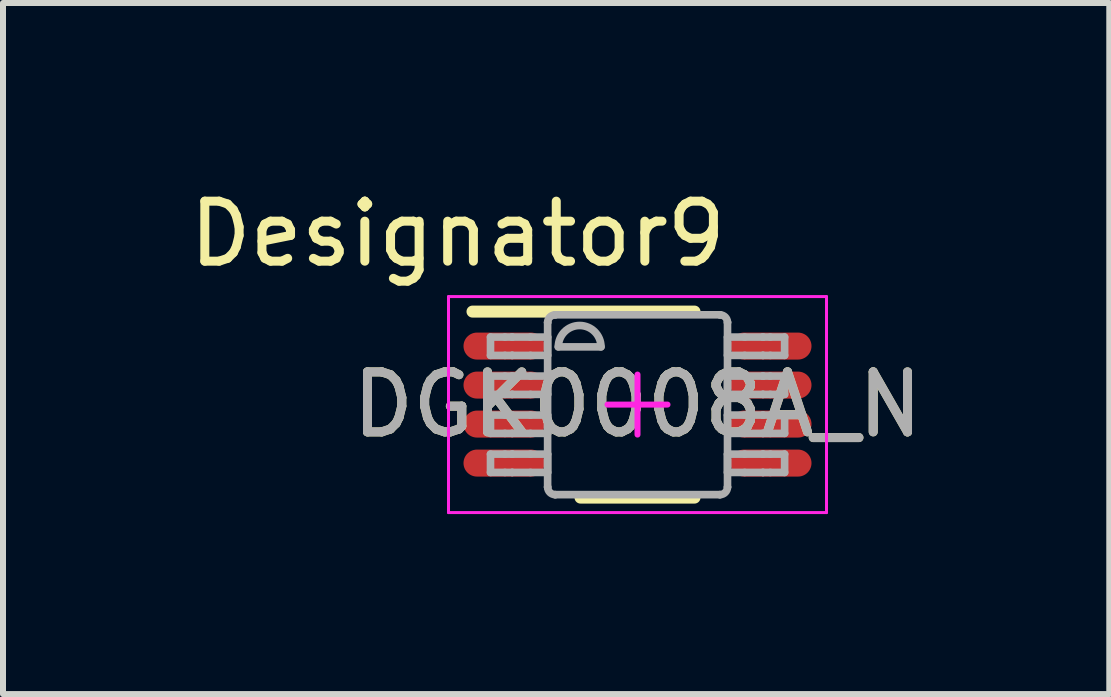
<source format=kicad_pcb>
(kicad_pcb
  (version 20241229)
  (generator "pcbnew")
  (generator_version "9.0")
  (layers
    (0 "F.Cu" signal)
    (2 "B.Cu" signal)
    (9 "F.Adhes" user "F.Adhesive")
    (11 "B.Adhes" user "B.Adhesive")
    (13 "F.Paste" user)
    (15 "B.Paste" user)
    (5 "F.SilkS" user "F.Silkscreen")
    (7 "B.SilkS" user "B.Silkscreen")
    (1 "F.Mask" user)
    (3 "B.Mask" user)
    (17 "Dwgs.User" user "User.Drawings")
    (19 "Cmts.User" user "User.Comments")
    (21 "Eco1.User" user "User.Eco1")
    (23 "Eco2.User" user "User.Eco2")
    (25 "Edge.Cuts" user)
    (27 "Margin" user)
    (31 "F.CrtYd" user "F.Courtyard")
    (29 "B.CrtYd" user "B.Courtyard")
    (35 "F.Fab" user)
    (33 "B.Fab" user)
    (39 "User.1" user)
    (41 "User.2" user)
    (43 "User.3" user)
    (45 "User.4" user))
  (footprint "DGK0008A_N"
    (layer "F.Cu")
    (at 7.575 3.693)
    (property "Reference" "DGK0008A_N" (at 0 0 0) (unlocked yes) (layer "F.SilkS") (effects (font (size 1 1) (thickness 0.15))))
    (attr smd)
    (fp_line (start -2.75 -1.55) (end 0.95 -1.55) (stroke (width 0.2) (type solid)) (layer "F.SilkS"))
    (fp_line (start -0.95 1.55) (end 0.95 1.55) (stroke (width 0.2) (type solid)) (layer "F.SilkS"))
    (fp_line (start -3.15 -1.8) (end 3.15 -1.8) (stroke (width 0.05) (type solid)) (layer "F.CrtYd"))
    (fp_line (start -3.15 1.8) (end -3.15 -1.8) (stroke (width 0.05) (type solid)) (layer "F.CrtYd"))
    (fp_line (start -3.15 1.8) (end 3.15 1.8) (stroke (width 0.05) (type solid)) (layer "F.CrtYd"))
    (fp_line (start -0.5 0) (end 0.5 0) (stroke (width 0.1) (type solid)) (layer "F.CrtYd"))
    (fp_line (start 0 0.5) (end 0 -0.5) (stroke (width 0.1) (type solid)) (layer "F.CrtYd"))
    (fp_line (start 3.15 1.8) (end 3.15 -1.8) (stroke (width 0.05) (type solid)) (layer "F.CrtYd"))
    (fp_line (start -2.45 -1.125) (end -2.21 -1.125) (stroke (width 0.127) (type solid)) (layer "F.Fab"))
    (fp_line (start -2.45 -0.82) (end -2.45 -1.125) (stroke (width 0.127) (type solid)) (layer "F.Fab"))
    (fp_line (start -2.45 -0.82) (end -2.21 -0.82) (stroke (width 0.127) (type solid)) (layer "F.Fab"))
    (fp_line (start -2.45 -0.475) (end -2.21 -0.475) (stroke (width 0.127) (type solid)) (layer "F.Fab"))
    (fp_line (start -2.45 -0.17) (end -2.45 -0.475) (stroke (width 0.127) (type solid)) (layer "F.Fab"))
    (fp_line (start -2.45 -0.17) (end -2.21 -0.17) (stroke (width 0.127) (type solid)) (layer "F.Fab"))
    (fp_line (start -2.45 0.175) (end -2.21 0.175) (stroke (width 0.127) (type solid)) (layer "F.Fab"))
    (fp_line (start -2.45 0.48) (end -2.45 0.175) (stroke (width 0.127) (type solid)) (layer "F.Fab"))
    (fp_line (start -2.45 0.48) (end -2.21 0.48) (stroke (width 0.127) (type solid)) (layer "F.Fab"))
    (fp_line (start -2.45 0.826) (end -2.21 0.826) (stroke (width 0.127) (type solid)) (layer "F.Fab"))
    (fp_line (start -2.45 1.131) (end -2.45 0.826) (stroke (width 0.127) (type solid)) (layer "F.Fab"))
    (fp_line (start -2.45 1.131) (end -2.21 1.131) (stroke (width 0.127) (type solid)) (layer "F.Fab"))
    (fp_line (start -2.21 -1.125) (end -2.091 -1.125) (stroke (width 0.127) (type solid)) (layer "F.Fab"))
    (fp_line (start -2.21 -0.82) (end -2.091 -0.82) (stroke (width 0.127) (type solid)) (layer "F.Fab"))
    (fp_line (start -2.21 -0.475) (end -2.091 -0.475) (stroke (width 0.127) (type solid)) (layer "F.Fab"))
    (fp_line (start -2.21 -0.17) (end -2.091 -0.17) (stroke (width 0.127) (type solid)) (layer "F.Fab"))
    (fp_line (start -2.21 0.175) (end -2.091 0.175) (stroke (width 0.127) (type solid)) (layer "F.Fab"))
    (fp_line (start -2.21 0.48) (end -2.091 0.48) (stroke (width 0.127) (type solid)) (layer "F.Fab"))
    (fp_line (start -2.21 0.826) (end -2.091 0.826) (stroke (width 0.127) (type solid)) (layer "F.Fab"))
    (fp_line (start -2.21 1.131) (end -2.091 1.131) (stroke (width 0.127) (type solid)) (layer "F.Fab"))
    (fp_line (start -2.091 -1.125) (end -2.087 -1.125) (stroke (width 0.127) (type solid)) (layer "F.Fab"))
    (fp_line (start -2.091 -0.82) (end -2.087 -0.82) (stroke (width 0.127) (type solid)) (layer "F.Fab"))
    (fp_line (start -2.091 -0.475) (end -2.087 -0.475) (stroke (width 0.127) (type solid)) (layer "F.Fab"))
    (fp_line (start -2.091 -0.17) (end -2.087 -0.17) (stroke (width 0.127) (type solid)) (layer "F.Fab"))
    (fp_line (start -2.091 0.175) (end -2.087 0.175) (stroke (width 0.127) (type solid)) (layer "F.Fab"))
    (fp_line (start -2.091 0.48) (end -2.087 0.48) (stroke (width 0.127) (type solid)) (layer "F.Fab"))
    (fp_line (start -2.091 0.826) (end -2.087 0.826) (stroke (width 0.127) (type solid)) (layer "F.Fab"))
    (fp_line (start -2.091 1.131) (end -2.087 1.131) (stroke (width 0.127) (type solid)) (layer "F.Fab"))
    (fp_line (start -2.087 -1.125) (end -1.784 -1.125) (stroke (width 0.127) (type solid)) (layer "F.Fab"))
    (fp_line (start -2.087 -0.82) (end -1.784 -0.82) (stroke (width 0.127) (type solid)) (layer "F.Fab"))
    (fp_line (start -2.087 -0.475) (end -1.784 -0.475) (stroke (width 0.127) (type solid)) (layer "F.Fab"))
    (fp_line (start -2.087 -0.17) (end -1.784 -0.17) (stroke (width 0.127) (type solid)) (layer "F.Fab"))
    (fp_line (start -2.087 0.175) (end -1.784 0.175) (stroke (width 0.127) (type solid)) (layer "F.Fab"))
    (fp_line (start -2.087 0.48) (end -1.784 0.48) (stroke (width 0.127) (type solid)) (layer "F.Fab"))
    (fp_line (start -2.087 0.826) (end -1.784 0.826) (stroke (width 0.127) (type solid)) (layer "F.Fab"))
    (fp_line (start -2.087 1.131) (end -1.784 1.131) (stroke (width 0.127) (type solid)) (layer "F.Fab"))
    (fp_line (start -1.784 -1.125) (end -1.498 -1.125) (stroke (width 0.127) (type solid)) (layer "F.Fab"))
    (fp_line (start -1.784 -0.82) (end -1.498 -0.82) (stroke (width 0.127) (type solid)) (layer "F.Fab"))
    (fp_line (start -1.784 -0.475) (end -1.498 -0.475) (stroke (width 0.127) (type solid)) (layer "F.Fab"))
    (fp_line (start -1.784 -0.17) (end -1.498 -0.17) (stroke (width 0.127) (type solid)) (layer "F.Fab"))
    (fp_line (start -1.784 0.175) (end -1.498 0.175) (stroke (width 0.127) (type solid)) (layer "F.Fab"))
    (fp_line (start -1.784 0.48) (end -1.498 0.48) (stroke (width 0.127) (type solid)) (layer "F.Fab"))
    (fp_line (start -1.784 0.826) (end -1.498 0.826) (stroke (width 0.127) (type solid)) (layer "F.Fab"))
    (fp_line (start -1.784 1.131) (end -1.498 1.131) (stroke (width 0.127) (type solid)) (layer "F.Fab"))
    (fp_line (start -1.498 -1.369) (end -1.497 -1.372) (stroke (width 0.127) (type solid)) (layer "F.Fab"))
    (fp_line (start -1.498 -0.82) (end -1.498 -1.125) (stroke (width 0.127) (type solid)) (layer "F.Fab"))
    (fp_line (start -1.498 -0.17) (end -1.498 -0.475) (stroke (width 0.127) (type solid)) (layer "F.Fab"))
    (fp_line (start -1.498 0.48) (end -1.498 0.175) (stroke (width 0.127) (type solid)) (layer "F.Fab"))
    (fp_line (start -1.498 1.131) (end -1.498 0.826) (stroke (width 0.127) (type solid)) (layer "F.Fab"))
    (fp_line (start -1.498 1.374) (end -1.498 -1.369) (stroke (width 0.127) (type solid)) (layer "F.Fab"))
    (fp_line (start -1.498 1.374) (end -1.497 1.377) (stroke (width 0.127) (type solid)) (layer "F.Fab"))
    (fp_line (start -1.373 -1.496) (end -1.371 -1.496) (stroke (width 0.127) (type solid)) (layer "F.Fab"))
    (fp_line (start -1.373 1.501) (end -1.371 1.501) (stroke (width 0.127) (type solid)) (layer "F.Fab"))
    (fp_line (start -1.371 -1.496) (end 1.373 -1.496) (stroke (width 0.127) (type solid)) (layer "F.Fab"))
    (fp_line (start -1.371 1.501) (end 1.373 1.501) (stroke (width 0.127) (type solid)) (layer "F.Fab"))
    (fp_line (start -1.32 -0.962) (end -0.609 -0.962) (stroke (width 0.127) (type solid)) (layer "F.Fab"))
    (fp_line (start 1.373 -1.496) (end 1.375 -1.496) (stroke (width 0.127) (type solid)) (layer "F.Fab"))
    (fp_line (start 1.373 1.501) (end 1.375 1.501) (stroke (width 0.127) (type solid)) (layer "F.Fab"))
    (fp_line (start 1.5 -1.372) (end 1.5 -1.369) (stroke (width 0.127) (type solid)) (layer "F.Fab"))
    (fp_line (start 1.5 1.377) (end 1.5 1.374) (stroke (width 0.127) (type solid)) (layer "F.Fab"))
    (fp_line (start 1.5 -1.125) (end 1.786 -1.125) (stroke (width 0.127) (type solid)) (layer "F.Fab"))
    (fp_line (start 1.5 -0.82) (end 1.5 -1.125) (stroke (width 0.127) (type solid)) (layer "F.Fab"))
    (fp_line (start 1.5 -0.82) (end 1.786 -0.82) (stroke (width 0.127) (type solid)) (layer "F.Fab"))
    (fp_line (start 1.5 -0.475) (end 1.786 -0.475) (stroke (width 0.127) (type solid)) (layer "F.Fab"))
    (fp_line (start 1.5 -0.17) (end 1.5 -0.475) (stroke (width 0.127) (type solid)) (layer "F.Fab"))
    (fp_line (start 1.5 -0.17) (end 1.786 -0.17) (stroke (width 0.127) (type solid)) (layer "F.Fab"))
    (fp_line (start 1.5 0.175) (end 1.786 0.175) (stroke (width 0.127) (type solid)) (layer "F.Fab"))
    (fp_line (start 1.5 0.48) (end 1.5 0.175) (stroke (width 0.127) (type solid)) (layer "F.Fab"))
    (fp_line (start 1.5 0.48) (end 1.786 0.48) (stroke (width 0.127) (type solid)) (layer "F.Fab"))
    (fp_line (start 1.5 0.826) (end 1.786 0.826) (stroke (width 0.127) (type solid)) (layer "F.Fab"))
    (fp_line (start 1.5 1.131) (end 1.5 0.826) (stroke (width 0.127) (type solid)) (layer "F.Fab"))
    (fp_line (start 1.5 1.131) (end 1.786 1.131) (stroke (width 0.127) (type solid)) (layer "F.Fab"))
    (fp_line (start 1.5 1.374) (end 1.5 -1.369) (stroke (width 0.127) (type solid)) (layer "F.Fab"))
    (fp_line (start 1.786 -1.125) (end 2.089 -1.125) (stroke (width 0.127) (type solid)) (layer "F.Fab"))
    (fp_line (start 1.786 -0.82) (end 2.089 -0.82) (stroke (width 0.127) (type solid)) (layer "F.Fab"))
    (fp_line (start 1.786 -0.475) (end 2.089 -0.475) (stroke (width 0.127) (type solid)) (layer "F.Fab"))
    (fp_line (start 1.786 -0.17) (end 2.089 -0.17) (stroke (width 0.127) (type solid)) (layer "F.Fab"))
    (fp_line (start 1.786 0.175) (end 2.089 0.175) (stroke (width 0.127) (type solid)) (layer "F.Fab"))
    (fp_line (start 1.786 0.48) (end 2.089 0.48) (stroke (width 0.127) (type solid)) (layer "F.Fab"))
    (fp_line (start 1.786 0.826) (end 2.089 0.826) (stroke (width 0.127) (type solid)) (layer "F.Fab"))
    (fp_line (start 1.786 1.131) (end 2.089 1.131) (stroke (width 0.127) (type solid)) (layer "F.Fab"))
    (fp_line (start 2.089 -1.125) (end 2.093 -1.125) (stroke (width 0.127) (type solid)) (layer "F.Fab"))
    (fp_line (start 2.089 -0.82) (end 2.093 -0.82) (stroke (width 0.127) (type solid)) (layer "F.Fab"))
    (fp_line (start 2.089 -0.475) (end 2.093 -0.475) (stroke (width 0.127) (type solid)) (layer "F.Fab"))
    (fp_line (start 2.089 -0.17) (end 2.093 -0.17) (stroke (width 0.127) (type solid)) (layer "F.Fab"))
    (fp_line (start 2.089 0.175) (end 2.093 0.175) (stroke (width 0.127) (type solid)) (layer "F.Fab"))
    (fp_line (start 2.089 0.48) (end 2.093 0.48) (stroke (width 0.127) (type solid)) (layer "F.Fab"))
    (fp_line (start 2.089 0.826) (end 2.093 0.826) (stroke (width 0.127) (type solid)) (layer "F.Fab"))
    (fp_line (start 2.089 1.131) (end 2.093 1.131) (stroke (width 0.127) (type solid)) (layer "F.Fab"))
    (fp_line (start 2.093 -1.125) (end 2.213 -1.125) (stroke (width 0.127) (type solid)) (layer "F.Fab"))
    (fp_line (start 2.093 -0.82) (end 2.213 -0.82) (stroke (width 0.127) (type solid)) (layer "F.Fab"))
    (fp_line (start 2.093 -0.475) (end 2.213 -0.475) (stroke (width 0.127) (type solid)) (layer "F.Fab"))
    (fp_line (start 2.093 -0.17) (end 2.213 -0.17) (stroke (width 0.127) (type solid)) (layer "F.Fab"))
    (fp_line (start 2.093 0.175) (end 2.213 0.175) (stroke (width 0.127) (type solid)) (layer "F.Fab"))
    (fp_line (start 2.093 0.48) (end 2.213 0.48) (stroke (width 0.127) (type solid)) (layer "F.Fab"))
    (fp_line (start 2.093 0.826) (end 2.213 0.826) (stroke (width 0.127) (type solid)) (layer "F.Fab"))
    (fp_line (start 2.093 1.131) (end 2.213 1.131) (stroke (width 0.127) (type solid)) (layer "F.Fab"))
    (fp_line (start 2.213 -1.125) (end 2.452 -1.125) (stroke (width 0.127) (type solid)) (layer "F.Fab"))
    (fp_line (start 2.213 -0.82) (end 2.452 -0.82) (stroke (width 0.127) (type solid)) (layer "F.Fab"))
    (fp_line (start 2.213 -0.475) (end 2.452 -0.475) (stroke (width 0.127) (type solid)) (layer "F.Fab"))
    (fp_line (start 2.213 -0.17) (end 2.452 -0.17) (stroke (width 0.127) (type solid)) (layer "F.Fab"))
    (fp_line (start 2.213 0.175) (end 2.452 0.175) (stroke (width 0.127) (type solid)) (layer "F.Fab"))
    (fp_line (start 2.213 0.48) (end 2.452 0.48) (stroke (width 0.127) (type solid)) (layer "F.Fab"))
    (fp_line (start 2.213 0.826) (end 2.452 0.826) (stroke (width 0.127) (type solid)) (layer "F.Fab"))
    (fp_line (start 2.213 1.131) (end 2.452 1.131) (stroke (width 0.127) (type solid)) (layer "F.Fab"))
    (fp_line (start 2.452 -0.82) (end 2.452 -1.125) (stroke (width 0.127) (type solid)) (layer "F.Fab"))
    (fp_line (start 2.452 -0.17) (end 2.452 -0.475) (stroke (width 0.127) (type solid)) (layer "F.Fab"))
    (fp_line (start 2.452 0.48) (end 2.452 0.175) (stroke (width 0.127) (type solid)) (layer "F.Fab"))
    (fp_line (start 2.452 1.131) (end 2.452 0.826) (stroke (width 0.127) (type solid)) (layer "F.Fab"))
    (fp_arc (start -1.497476 -1.371582) (mid -1.460306 -1.458644) (end -1.373243 -1.495814) (stroke (width 0.127) (type solid)) (layer "F.Fab"))
    (fp_arc (start -1.373243 1.501336) (mid -1.460306 1.464166) (end -1.497476 1.377104) (stroke (width 0.127) (type solid)) (layer "F.Fab"))
    (fp_arc (start -1.3197 -0.962439) (mid -0.9641 -1.318039) (end -0.6085 -0.962439) (stroke (width 0.127) (type solid)) (layer "F.Fab"))
    (fp_arc (start 1.375443 -1.495814) (mid 1.462505 -1.458644) (end 1.499675 -1.371582) (stroke (width 0.127) (type solid)) (layer "F.Fab"))
    (fp_arc (start 1.499675 1.377104) (mid 1.462505 1.464166) (end 1.375443 1.501336) (stroke (width 0.127) (type solid)) (layer "F.Fab"))
    (fp_text user "Designator9" (at -2.997 -2.845 0) (unlocked yes) (layer "F.SilkS") (effects (font (size 1 1) (thickness 0.15))))
    (fp_text user "${REFERENCE}" (at 0 0 0) (unlocked yes) (layer "F.Fab") (effects (font (size 1 1) (thickness 0.15))))
    (pad "1" smd oval (at -2.225 -0.975 90) (size 0.45 1.35) (layers "F.Cu" "F.Mask" "F.Paste"))
    (pad "2" smd oval (at -2.225 -0.325 90) (size 0.45 1.35) (layers "F.Cu" "F.Mask" "F.Paste"))
    (pad "3" smd oval (at -2.225 0.325 90) (size 0.45 1.35) (layers "F.Cu" "F.Mask" "F.Paste"))
    (pad "4" smd oval (at -2.225 0.975 90) (size 0.45 1.35) (layers "F.Cu" "F.Mask" "F.Paste"))
    (pad "5" smd oval (at 2.225 0.975 90) (size 0.45 1.35) (layers "F.Cu" "F.Mask" "F.Paste"))
    (pad "6" smd oval (at 2.225 0.325 90) (size 0.45 1.35) (layers "F.Cu" "F.Mask" "F.Paste"))
    (pad "7" smd oval (at 2.225 -0.325 90) (size 0.45 1.35) (layers "F.Cu" "F.Mask" "F.Paste"))
    (pad "8" smd oval (at 2.225 -0.975 90) (size 0.45 1.35) (layers "F.Cu" "F.Mask" "F.Paste")))
  (gr_rect
    (start -3 -3)
    (end 15.438 8.518)
    (stroke (width 0.1) (type default))
    (fill no)
    (layer "Edge.Cuts")))
</source>
